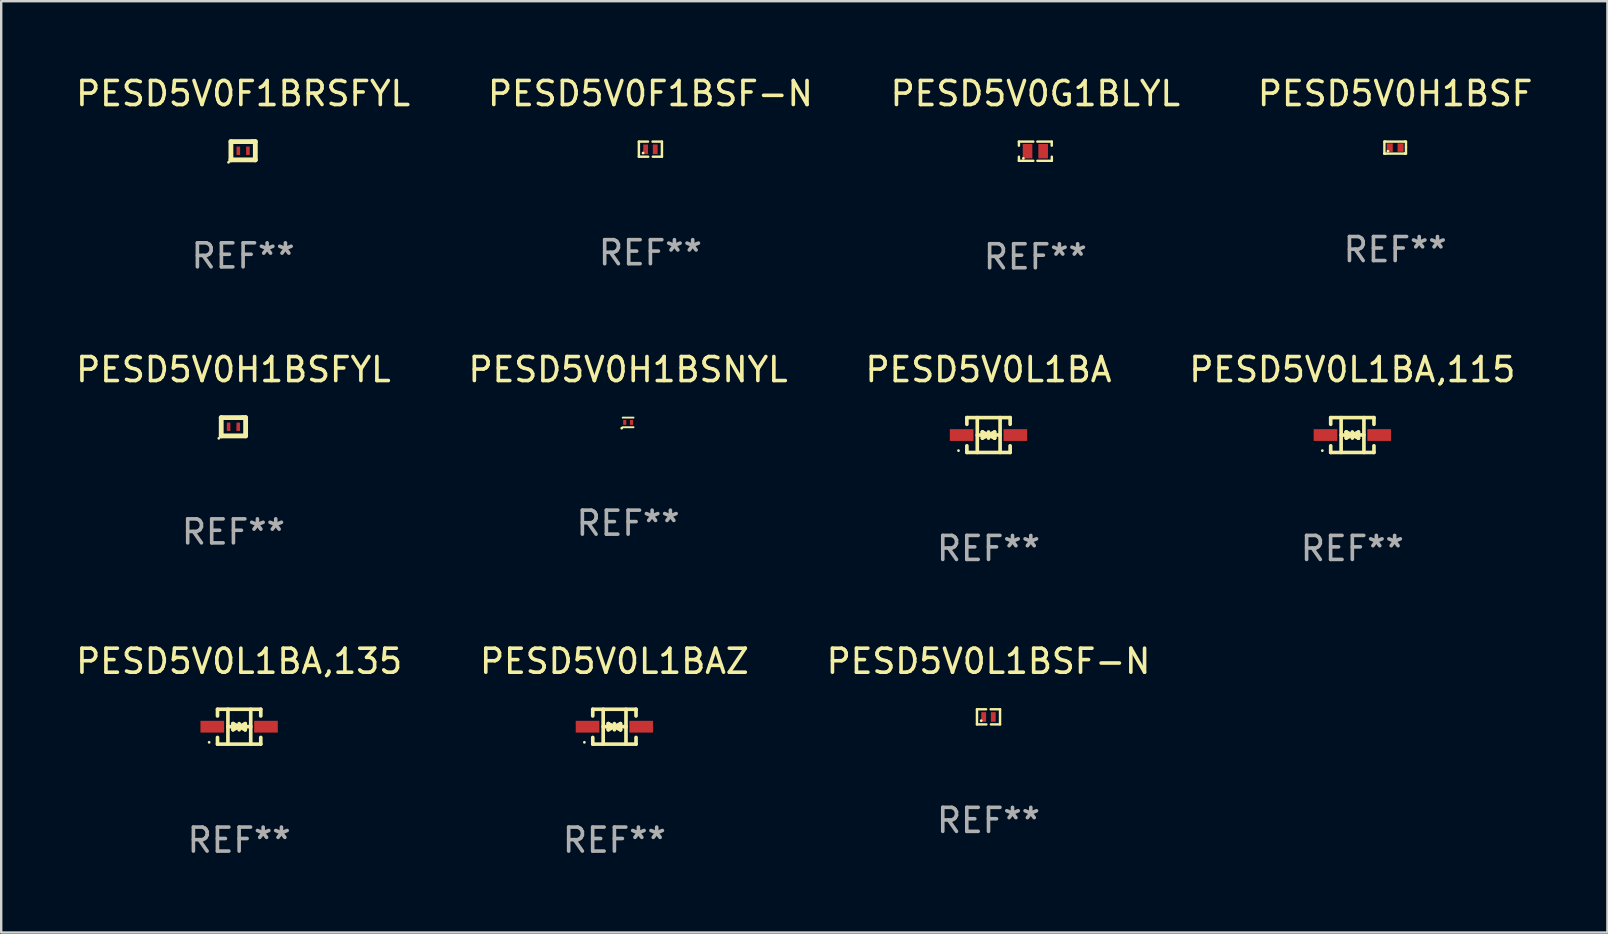
<source format=kicad_pcb>
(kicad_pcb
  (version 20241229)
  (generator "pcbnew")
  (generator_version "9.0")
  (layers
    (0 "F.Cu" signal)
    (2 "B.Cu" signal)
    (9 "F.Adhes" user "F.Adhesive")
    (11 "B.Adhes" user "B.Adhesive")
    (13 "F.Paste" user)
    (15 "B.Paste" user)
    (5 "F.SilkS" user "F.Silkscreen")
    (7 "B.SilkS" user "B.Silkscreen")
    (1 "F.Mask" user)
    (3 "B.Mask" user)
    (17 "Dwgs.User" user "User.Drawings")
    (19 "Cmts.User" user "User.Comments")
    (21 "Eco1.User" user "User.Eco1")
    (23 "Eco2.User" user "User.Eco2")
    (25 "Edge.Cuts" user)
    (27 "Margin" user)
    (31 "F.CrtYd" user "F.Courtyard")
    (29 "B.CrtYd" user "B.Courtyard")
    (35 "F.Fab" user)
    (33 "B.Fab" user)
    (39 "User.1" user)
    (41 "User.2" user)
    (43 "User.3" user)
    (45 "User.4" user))
  (footprint "PESD5V0L1BA,135"
    (layer "F.Cu")
    (at 6.911 27.22)
    (property "Reference" "PESD5V0L1BA,135" (at 0 -2.726 0) (layer "F.SilkS") (effects (font (size 1 1) (thickness 0.15))))
    (attr through_hole)
    (fp_line (start -0.901 -0.726) (end -0.901 -0.448) (stroke (width 0.152) (type solid)) (layer "F.SilkS"))
    (fp_line (start -0.901 0.726) (end -0.901 0.448) (stroke (width 0.152) (type solid)) (layer "F.SilkS"))
    (fp_line (start -0.467 0) (end 0.483 -0.003) (stroke (width 0.154) (type solid)) (layer "F.SilkS"))
    (fp_line (start -0.467 0.726) (end -0.467 -0.726) (stroke (width 0.152) (type solid)) (layer "F.SilkS"))
    (fp_line (start -0.254 -0.127) (end -0.254 -0.127) (stroke (width 0.154) (type solid)) (layer "F.SilkS"))
    (fp_line (start -0.254 -0.127) (end -0.002 -0.003) (stroke (width 0.154) (type solid)) (layer "F.SilkS"))
    (fp_line (start -0.254 0.127) (end -0.254 -0.127) (stroke (width 0.154) (type solid)) (layer "F.SilkS"))
    (fp_line (start -0.127 0) (end 0.003 0) (stroke (width 0.154) (type solid)) (layer "F.SilkS"))
    (fp_line (start -0.003 0) (end -0.254 0.127) (stroke (width 0.154) (type solid)) (layer "F.SilkS"))
    (fp_line (start 0 -0.127) (end 0 0.127) (stroke (width 0.154) (type solid)) (layer "F.SilkS"))
    (fp_line (start 0.003 0) (end 0.254 -0.127) (stroke (width 0.154) (type solid)) (layer "F.SilkS"))
    (fp_line (start 0.127 0) (end -0.003 0) (stroke (width 0.154) (type solid)) (layer "F.SilkS"))
    (fp_line (start 0.254 -0.127) (end 0.254 0.127) (stroke (width 0.154) (type solid)) (layer "F.SilkS"))
    (fp_line (start 0.254 0.127) (end 0.002 0.003) (stroke (width 0.154) (type solid)) (layer "F.SilkS"))
    (fp_line (start 0.254 0.127) (end 0.254 0.127) (stroke (width 0.154) (type solid)) (layer "F.SilkS"))
    (fp_line (start 0.483 0.726) (end 0.483 -0.726) (stroke (width 0.152) (type solid)) (layer "F.SilkS"))
    (fp_line (start 0.901 -0.726) (end -0.901 -0.726) (stroke (width 0.152) (type solid)) (layer "F.SilkS"))
    (fp_line (start 0.901 -0.726) (end 0.901 -0.448) (stroke (width 0.152) (type solid)) (layer "F.SilkS"))
    (fp_line (start 0.901 0.726) (end -0.901 0.726) (stroke (width 0.152) (type solid)) (layer "F.SilkS"))
    (fp_line (start 0.901 0.726) (end 0.901 0.448) (stroke (width 0.152) (type solid)) (layer "F.SilkS"))
    (fp_circle (center -1.25 0.65) (end -1.22 0.65) (stroke (width 0.06) (type solid)) (fill no) (layer "F.SilkS"))
    (fp_text user "REF**" (at 0 4.726 0) (layer "F.Fab") (effects (font (size 1 1) (thickness 0.15))))
    (pad "1" smd rect (at -1.118 0) (size 0.985 0.49) (layers "F.Cu" "F.Mask" "F.Paste"))
    (pad "2" smd rect (at 1.118 0) (size 0.985 0.49) (layers "F.Cu" "F.Mask" "F.Paste")))
  (footprint "PESD5V0H1BSFYL"
    (layer "F.Cu")
    (at 6.673 14.726)
    (property "Reference" "PESD5V0H1BSFYL" (at 0 -2.381 0) (layer "F.SilkS") (effects (font (size 1 1) (thickness 0.15))))
    (attr through_hole)
    (fp_line (start -0.508 -0.381) (end 0.381 -0.381) (stroke (width 0.2) (type solid)) (layer "F.SilkS"))
    (fp_line (start -0.508 0.381) (end -0.508 -0.381) (stroke (width 0.2) (type solid)) (layer "F.SilkS"))
    (fp_line (start 0.381 -0.381) (end 0.508 -0.381) (stroke (width 0.2) (type solid)) (layer "F.SilkS"))
    (fp_line (start 0.508 -0.381) (end 0.508 0.381) (stroke (width 0.2) (type solid)) (layer "F.SilkS"))
    (fp_line (start 0.508 0.381) (end -0.508 0.381) (stroke (width 0.2) (type solid)) (layer "F.SilkS"))
    (fp_circle (center -0.608 0.481) (end -0.578 0.481) (stroke (width 0.06) (type solid)) (fill no) (layer "F.SilkS"))
    (fp_text user "REF**" (at 0 4.381 0) (layer "F.Fab") (effects (font (size 1 1) (thickness 0.15))))
    (pad "1" smd rect (at -0.2 0) (size 0.15 0.35) (layers "F.Cu" "F.Mask" "F.Paste"))
    (pad "2" smd rect (at 0.2 0) (size 0.15 0.35) (layers "F.Cu" "F.Mask" "F.Paste")))
  (footprint "PESD5V0L1BSF-N"
    (layer "F.Cu")
    (at 38.125 26.809)
    (property "Reference" "PESD5V0L1BSF-N" (at 0 -2.315 0) (layer "F.SilkS") (effects (font (size 1 1) (thickness 0.15))))
    (attr through_hole)
    (fp_line (start -0.48 -0.315) (end -0.48 0.315) (stroke (width 0.102) (type solid)) (layer "F.SilkS"))
    (fp_line (start -0.48 0.315) (end -0.09 0.315) (stroke (width 0.102) (type solid)) (layer "F.SilkS"))
    (fp_line (start -0.48 -0.315) (end -0.1 -0.315) (stroke (width 0.102) (type solid)) (layer "F.SilkS"))
    (fp_line (start 0.48 0.315) (end 0.1 0.315) (stroke (width 0.102) (type solid)) (layer "F.SilkS"))
    (fp_line (start 0.48 -0.315) (end 0.09 -0.315) (stroke (width 0.102) (type solid)) (layer "F.SilkS"))
    (fp_line (start 0.48 0.315) (end 0.48 -0.315) (stroke (width 0.102) (type solid)) (layer "F.SilkS"))
    (fp_circle (center -0.305 0.16) (end -0.275 0.16) (stroke (width 0.06) (type solid)) (fill no) (layer "F.SilkS"))
    (fp_text user "REF**" (at 0 4.315 0) (layer "F.Fab") (effects (font (size 1 1) (thickness 0.15))))
    (pad "1" smd rect (at -0.2 0.005) (size 0.2 0.4) (layers "F.Cu" "F.Mask" "F.Paste"))
    (pad "2" smd rect (at 0.2 0.005) (size 0.2 0.4) (layers "F.Cu" "F.Mask" "F.Paste")))
  (footprint "PESD5V0L1BA"
    (layer "F.Cu")
    (at 38.125 15.071)
    (property "Reference" "PESD5V0L1BA" (at 0 -2.726 0) (layer "F.SilkS") (effects (font (size 1 1) (thickness 0.15))))
    (attr through_hole)
    (fp_line (start -0.901 -0.726) (end -0.901 -0.448) (stroke (width 0.152) (type solid)) (layer "F.SilkS"))
    (fp_line (start -0.901 0.726) (end -0.901 0.448) (stroke (width 0.152) (type solid)) (layer "F.SilkS"))
    (fp_line (start -0.467 0) (end 0.483 -0.003) (stroke (width 0.154) (type solid)) (layer "F.SilkS"))
    (fp_line (start -0.467 0.726) (end -0.467 -0.726) (stroke (width 0.152) (type solid)) (layer "F.SilkS"))
    (fp_line (start -0.254 -0.127) (end -0.254 -0.127) (stroke (width 0.154) (type solid)) (layer "F.SilkS"))
    (fp_line (start -0.254 -0.127) (end -0.002 -0.003) (stroke (width 0.154) (type solid)) (layer "F.SilkS"))
    (fp_line (start -0.254 0.127) (end -0.254 -0.127) (stroke (width 0.154) (type solid)) (layer "F.SilkS"))
    (fp_line (start -0.127 0) (end 0.003 0) (stroke (width 0.154) (type solid)) (layer "F.SilkS"))
    (fp_line (start -0.003 0) (end -0.254 0.127) (stroke (width 0.154) (type solid)) (layer "F.SilkS"))
    (fp_line (start 0 -0.127) (end 0 0.127) (stroke (width 0.154) (type solid)) (layer "F.SilkS"))
    (fp_line (start 0.003 0) (end 0.254 -0.127) (stroke (width 0.154) (type solid)) (layer "F.SilkS"))
    (fp_line (start 0.127 0) (end -0.003 0) (stroke (width 0.154) (type solid)) (layer "F.SilkS"))
    (fp_line (start 0.254 -0.127) (end 0.254 0.127) (stroke (width 0.154) (type solid)) (layer "F.SilkS"))
    (fp_line (start 0.254 0.127) (end 0.002 0.003) (stroke (width 0.154) (type solid)) (layer "F.SilkS"))
    (fp_line (start 0.254 0.127) (end 0.254 0.127) (stroke (width 0.154) (type solid)) (layer "F.SilkS"))
    (fp_line (start 0.483 0.726) (end 0.483 -0.726) (stroke (width 0.152) (type solid)) (layer "F.SilkS"))
    (fp_line (start 0.901 -0.726) (end -0.901 -0.726) (stroke (width 0.152) (type solid)) (layer "F.SilkS"))
    (fp_line (start 0.901 -0.726) (end 0.901 -0.448) (stroke (width 0.152) (type solid)) (layer "F.SilkS"))
    (fp_line (start 0.901 0.726) (end -0.901 0.726) (stroke (width 0.152) (type solid)) (layer "F.SilkS"))
    (fp_line (start 0.901 0.726) (end 0.901 0.448) (stroke (width 0.152) (type solid)) (layer "F.SilkS"))
    (fp_circle (center -1.25 0.65) (end -1.22 0.65) (stroke (width 0.06) (type solid)) (fill no) (layer "F.SilkS"))
    (fp_text user "REF**" (at 0 4.726 0) (layer "F.Fab") (effects (font (size 1 1) (thickness 0.15))))
    (pad "1" smd rect (at -1.118 0) (size 0.985 0.49) (layers "F.Cu" "F.Mask" "F.Paste"))
    (pad "2" smd rect (at 1.118 0) (size 0.985 0.49) (layers "F.Cu" "F.Mask" "F.Paste")))
  (footprint "PESD5V0H1BSNYL"
    (layer "F.Cu")
    (at 23.113 14.545)
    (property "Reference" "PESD5V0H1BSNYL" (at 0 -2.2 0) (layer "F.SilkS") (effects (font (size 1 1) (thickness 0.15))))
    (attr through_hole)
    (fp_line (start -0.225 -0.2) (end 0.225 -0.2) (stroke (width 0.08) (type solid)) (layer "F.SilkS"))
    (fp_line (start -0.225 0.2) (end 0.225 0.2) (stroke (width 0.08) (type solid)) (layer "F.SilkS"))
    (fp_circle (center -0.265 0.24) (end -0.235 0.24) (stroke (width 0.06) (type solid)) (fill no) (layer "F.SilkS"))
    (fp_text user "REF**" (at 0 4.2 0) (layer "F.Fab") (effects (font (size 1 1) (thickness 0.15))))
    (pad "1" smd rect (at -0.14 0) (size 0.13 0.2) (layers "F.Cu" "F.Mask" "F.Paste"))
    (pad "2" smd rect (at 0.14 0) (size 0.13 0.2) (layers "F.Cu" "F.Mask" "F.Paste")))
  (footprint "PESD5V0L1BA,115"
    (layer "F.Cu")
    (at 53.28 15.071)
    (property "Reference" "PESD5V0L1BA,115" (at 0 -2.726 0) (layer "F.SilkS") (effects (font (size 1 1) (thickness 0.15))))
    (attr through_hole)
    (fp_line (start -0.901 -0.726) (end -0.901 -0.448) (stroke (width 0.152) (type solid)) (layer "F.SilkS"))
    (fp_line (start -0.901 0.726) (end -0.901 0.448) (stroke (width 0.152) (type solid)) (layer "F.SilkS"))
    (fp_line (start -0.467 0) (end 0.483 -0.003) (stroke (width 0.154) (type solid)) (layer "F.SilkS"))
    (fp_line (start -0.467 0.726) (end -0.467 -0.726) (stroke (width 0.152) (type solid)) (layer "F.SilkS"))
    (fp_line (start -0.254 -0.127) (end -0.254 -0.127) (stroke (width 0.154) (type solid)) (layer "F.SilkS"))
    (fp_line (start -0.254 -0.127) (end -0.002 -0.003) (stroke (width 0.154) (type solid)) (layer "F.SilkS"))
    (fp_line (start -0.254 0.127) (end -0.254 -0.127) (stroke (width 0.154) (type solid)) (layer "F.SilkS"))
    (fp_line (start -0.127 0) (end 0.003 0) (stroke (width 0.154) (type solid)) (layer "F.SilkS"))
    (fp_line (start -0.003 0) (end -0.254 0.127) (stroke (width 0.154) (type solid)) (layer "F.SilkS"))
    (fp_line (start 0 -0.127) (end 0 0.127) (stroke (width 0.154) (type solid)) (layer "F.SilkS"))
    (fp_line (start 0.003 0) (end 0.254 -0.127) (stroke (width 0.154) (type solid)) (layer "F.SilkS"))
    (fp_line (start 0.127 0) (end -0.003 0) (stroke (width 0.154) (type solid)) (layer "F.SilkS"))
    (fp_line (start 0.254 -0.127) (end 0.254 0.127) (stroke (width 0.154) (type solid)) (layer "F.SilkS"))
    (fp_line (start 0.254 0.127) (end 0.002 0.003) (stroke (width 0.154) (type solid)) (layer "F.SilkS"))
    (fp_line (start 0.254 0.127) (end 0.254 0.127) (stroke (width 0.154) (type solid)) (layer "F.SilkS"))
    (fp_line (start 0.483 0.726) (end 0.483 -0.726) (stroke (width 0.152) (type solid)) (layer "F.SilkS"))
    (fp_line (start 0.901 -0.726) (end -0.901 -0.726) (stroke (width 0.152) (type solid)) (layer "F.SilkS"))
    (fp_line (start 0.901 -0.726) (end 0.901 -0.448) (stroke (width 0.152) (type solid)) (layer "F.SilkS"))
    (fp_line (start 0.901 0.726) (end -0.901 0.726) (stroke (width 0.152) (type solid)) (layer "F.SilkS"))
    (fp_line (start 0.901 0.726) (end 0.901 0.448) (stroke (width 0.152) (type solid)) (layer "F.SilkS"))
    (fp_circle (center -1.25 0.65) (end -1.22 0.65) (stroke (width 0.06) (type solid)) (fill no) (layer "F.SilkS"))
    (fp_text user "REF**" (at 0 4.726 0) (layer "F.Fab") (effects (font (size 1 1) (thickness 0.15))))
    (pad "1" smd rect (at -1.118 0) (size 0.985 0.49) (layers "F.Cu" "F.Mask" "F.Paste"))
    (pad "2" smd rect (at 1.118 0) (size 0.985 0.49) (layers "F.Cu" "F.Mask" "F.Paste")))
  (footprint "PESD5V0F1BSF-N"
    (layer "F.Cu")
    (at 24.042 3.163)
    (property "Reference" "PESD5V0F1BSF-N" (at 0 -2.315 0) (layer "F.SilkS") (effects (font (size 1 1) (thickness 0.15))))
    (attr through_hole)
    (fp_line (start -0.48 -0.315) (end -0.48 0.315) (stroke (width 0.102) (type solid)) (layer "F.SilkS"))
    (fp_line (start -0.48 0.315) (end -0.09 0.315) (stroke (width 0.102) (type solid)) (layer "F.SilkS"))
    (fp_line (start -0.48 -0.315) (end -0.1 -0.315) (stroke (width 0.102) (type solid)) (layer "F.SilkS"))
    (fp_line (start 0.48 0.315) (end 0.1 0.315) (stroke (width 0.102) (type solid)) (layer "F.SilkS"))
    (fp_line (start 0.48 -0.315) (end 0.09 -0.315) (stroke (width 0.102) (type solid)) (layer "F.SilkS"))
    (fp_line (start 0.48 0.315) (end 0.48 -0.315) (stroke (width 0.102) (type solid)) (layer "F.SilkS"))
    (fp_circle (center -0.305 0.16) (end -0.275 0.16) (stroke (width 0.06) (type solid)) (fill no) (layer "F.SilkS"))
    (fp_text user "REF**" (at 0 4.315 0) (layer "F.Fab") (effects (font (size 1 1) (thickness 0.15))))
    (pad "1" smd rect (at -0.2 0.005) (size 0.2 0.4) (layers "F.Cu" "F.Mask" "F.Paste"))
    (pad "2" smd rect (at 0.2 0.005) (size 0.2 0.4) (layers "F.Cu" "F.Mask" "F.Paste")))
  (footprint "PESD5V0H1BSF"
    (layer "F.Cu")
    (at 55.065 3.098)
    (property "Reference" "PESD5V0H1BSF" (at 0 -2.25 0) (layer "F.SilkS") (effects (font (size 1 1) (thickness 0.15))))
    (attr through_hole)
    (fp_line (start -0.45 -0.25) (end -0.45 0.25) (stroke (width 0.1) (type solid)) (layer "F.SilkS"))
    (fp_line (start -0.45 0.25) (end -0.45 0.25) (stroke (width 0.1) (type solid)) (layer "F.SilkS"))
    (fp_line (start -0.4 -0.25) (end -0.45 -0.25) (stroke (width 0.1) (type solid)) (layer "F.SilkS"))
    (fp_line (start -0.4 -0.25) (end 0.4 -0.25) (stroke (width 0.1) (type solid)) (layer "F.SilkS"))
    (fp_line (start -0.4 0.25) (end -0.45 0.25) (stroke (width 0.1) (type solid)) (layer "F.SilkS"))
    (fp_line (start -0.4 0.25) (end 0.4 0.25) (stroke (width 0.1) (type solid)) (layer "F.SilkS"))
    (fp_line (start 0.4 -0.25) (end 0.45 -0.25) (stroke (width 0.1) (type solid)) (layer "F.SilkS"))
    (fp_line (start 0.4 0.25) (end 0.4 0.25) (stroke (width 0.1) (type solid)) (layer "F.SilkS"))
    (fp_line (start 0.45 -0.25) (end 0.45 -0.018) (stroke (width 0.1) (type solid)) (layer "F.SilkS"))
    (fp_line (start 0.45 -0.018) (end 0.45 0.25) (stroke (width 0.1) (type solid)) (layer "F.SilkS"))
    (fp_line (start 0.45 0.25) (end 0.4 0.25) (stroke (width 0.1) (type solid)) (layer "F.SilkS"))
    (fp_circle (center -0.3 0.15) (end -0.27 0.15) (stroke (width 0.06) (type solid)) (fill no) (layer "F.SilkS"))
    (fp_text user "REF**" (at 0 4.25 0) (layer "F.Fab") (effects (font (size 1 1) (thickness 0.15))))
    (pad "1" smd rect (at -0.225 0) (size 0.25 0.35) (layers "F.Cu" "F.Mask" "F.Paste"))
    (pad "2" smd rect (at 0.225 0) (size 0.25 0.35) (layers "F.Cu" "F.Mask" "F.Paste")))
  (footprint "PESD5V0G1BLYL"
    (layer "F.Cu")
    (at 40.077 3.248)
    (property "Reference" "PESD5V0G1BLYL" (at 0 -2.4 0) (layer "F.SilkS") (effects (font (size 1 1) (thickness 0.15))))
    (attr through_hole)
    (fp_line (start -0.685 -0.4) (end -0.685 -0.23) (stroke (width 0.102) (type solid)) (layer "F.SilkS"))
    (fp_line (start -0.685 0.4) (end -0.685 0.23) (stroke (width 0.102) (type solid)) (layer "F.SilkS"))
    (fp_line (start -0.085 -0.4) (end -0.685 -0.4) (stroke (width 0.102) (type solid)) (layer "F.SilkS"))
    (fp_line (start -0.085 0.4) (end -0.685 0.4) (stroke (width 0.102) (type solid)) (layer "F.SilkS"))
    (fp_line (start 0.082 -0.4) (end 0.682 -0.4) (stroke (width 0.102) (type solid)) (layer "F.SilkS"))
    (fp_line (start 0.085 0.4) (end 0.685 0.4) (stroke (width 0.102) (type solid)) (layer "F.SilkS"))
    (fp_line (start 0.682 -0.4) (end 0.682 -0.23) (stroke (width 0.102) (type solid)) (layer "F.SilkS"))
    (fp_line (start 0.685 0.4) (end 0.685 0.23) (stroke (width 0.102) (type solid)) (layer "F.SilkS"))
    (fp_circle (center -0.5 0.3) (end -0.47 0.3) (stroke (width 0.06) (type solid)) (fill no) (layer "F.SilkS"))
    (fp_text user "REF**" (at 0 4.4 0) (layer "F.Fab") (effects (font (size 1 1) (thickness 0.15))))
    (pad "1" smd rect (at -0.325 0) (size 0.4 0.6) (layers "F.Cu" "F.Mask" "F.Paste"))
    (pad "2" smd rect (at 0.325 0) (size 0.4 0.6) (layers "F.Cu" "F.Mask" "F.Paste")))
  (footprint "PESD5V0F1BRSFYL"
    (layer "F.Cu")
    (at 7.077 3.229)
    (property "Reference" "PESD5V0F1BRSFYL" (at 0 -2.381 0) (layer "F.SilkS") (effects (font (size 1 1) (thickness 0.15))))
    (attr through_hole)
    (fp_line (start -0.508 -0.381) (end 0.381 -0.381) (stroke (width 0.2) (type solid)) (layer "F.SilkS"))
    (fp_line (start -0.508 0.381) (end -0.508 -0.381) (stroke (width 0.2) (type solid)) (layer "F.SilkS"))
    (fp_line (start 0.381 -0.381) (end 0.508 -0.381) (stroke (width 0.2) (type solid)) (layer "F.SilkS"))
    (fp_line (start 0.508 -0.381) (end 0.508 0.381) (stroke (width 0.2) (type solid)) (layer "F.SilkS"))
    (fp_line (start 0.508 0.381) (end -0.508 0.381) (stroke (width 0.2) (type solid)) (layer "F.SilkS"))
    (fp_circle (center -0.608 0.481) (end -0.578 0.481) (stroke (width 0.06) (type solid)) (fill no) (layer "F.SilkS"))
    (fp_text user "REF**" (at 0 4.381 0) (layer "F.Fab") (effects (font (size 1 1) (thickness 0.15))))
    (pad "1" smd rect (at -0.2 0) (size 0.15 0.35) (layers "F.Cu" "F.Mask" "F.Paste"))
    (pad "2" smd rect (at 0.2 0) (size 0.15 0.35) (layers "F.Cu" "F.Mask" "F.Paste")))
  (footprint "PESD5V0L1BAZ"
    (layer "F.Cu")
    (at 22.542 27.22)
    (property "Reference" "PESD5V0L1BAZ" (at 0 -2.726 0) (layer "F.SilkS") (effects (font (size 1 1) (thickness 0.15))))
    (attr through_hole)
    (fp_line (start -0.901 -0.726) (end -0.901 -0.448) (stroke (width 0.152) (type solid)) (layer "F.SilkS"))
    (fp_line (start -0.901 0.726) (end -0.901 0.448) (stroke (width 0.152) (type solid)) (layer "F.SilkS"))
    (fp_line (start -0.467 0) (end 0.483 -0.003) (stroke (width 0.154) (type solid)) (layer "F.SilkS"))
    (fp_line (start -0.467 0.726) (end -0.467 -0.726) (stroke (width 0.152) (type solid)) (layer "F.SilkS"))
    (fp_line (start -0.254 -0.127) (end -0.254 -0.127) (stroke (width 0.154) (type solid)) (layer "F.SilkS"))
    (fp_line (start -0.254 -0.127) (end -0.002 -0.003) (stroke (width 0.154) (type solid)) (layer "F.SilkS"))
    (fp_line (start -0.254 0.127) (end -0.254 -0.127) (stroke (width 0.154) (type solid)) (layer "F.SilkS"))
    (fp_line (start -0.127 0) (end 0.003 0) (stroke (width 0.154) (type solid)) (layer "F.SilkS"))
    (fp_line (start -0.003 0) (end -0.254 0.127) (stroke (width 0.154) (type solid)) (layer "F.SilkS"))
    (fp_line (start 0 -0.127) (end 0 0.127) (stroke (width 0.154) (type solid)) (layer "F.SilkS"))
    (fp_line (start 0.003 0) (end 0.254 -0.127) (stroke (width 0.154) (type solid)) (layer "F.SilkS"))
    (fp_line (start 0.127 0) (end -0.003 0) (stroke (width 0.154) (type solid)) (layer "F.SilkS"))
    (fp_line (start 0.254 -0.127) (end 0.254 0.127) (stroke (width 0.154) (type solid)) (layer "F.SilkS"))
    (fp_line (start 0.254 0.127) (end 0.002 0.003) (stroke (width 0.154) (type solid)) (layer "F.SilkS"))
    (fp_line (start 0.254 0.127) (end 0.254 0.127) (stroke (width 0.154) (type solid)) (layer "F.SilkS"))
    (fp_line (start 0.483 0.726) (end 0.483 -0.726) (stroke (width 0.152) (type solid)) (layer "F.SilkS"))
    (fp_line (start 0.901 -0.726) (end -0.901 -0.726) (stroke (width 0.152) (type solid)) (layer "F.SilkS"))
    (fp_line (start 0.901 -0.726) (end 0.901 -0.448) (stroke (width 0.152) (type solid)) (layer "F.SilkS"))
    (fp_line (start 0.901 0.726) (end -0.901 0.726) (stroke (width 0.152) (type solid)) (layer "F.SilkS"))
    (fp_line (start 0.901 0.726) (end 0.901 0.448) (stroke (width 0.152) (type solid)) (layer "F.SilkS"))
    (fp_circle (center -1.25 0.65) (end -1.22 0.65) (stroke (width 0.06) (type solid)) (fill no) (layer "F.SilkS"))
    (fp_text user "REF**" (at 0 4.726 0) (layer "F.Fab") (effects (font (size 1 1) (thickness 0.15))))
    (pad "1" smd rect (at -1.118 0) (size 0.985 0.49) (layers "F.Cu" "F.Mask" "F.Paste"))
    (pad "2" smd rect (at 1.118 0) (size 0.985 0.49) (layers "F.Cu" "F.Mask" "F.Paste")))
  (gr_rect
    (start -3 -3)
    (end 63.905 35.795)
    (stroke (width 0.1) (type default))
    (fill no)
    (layer "Edge.Cuts")))
</source>
